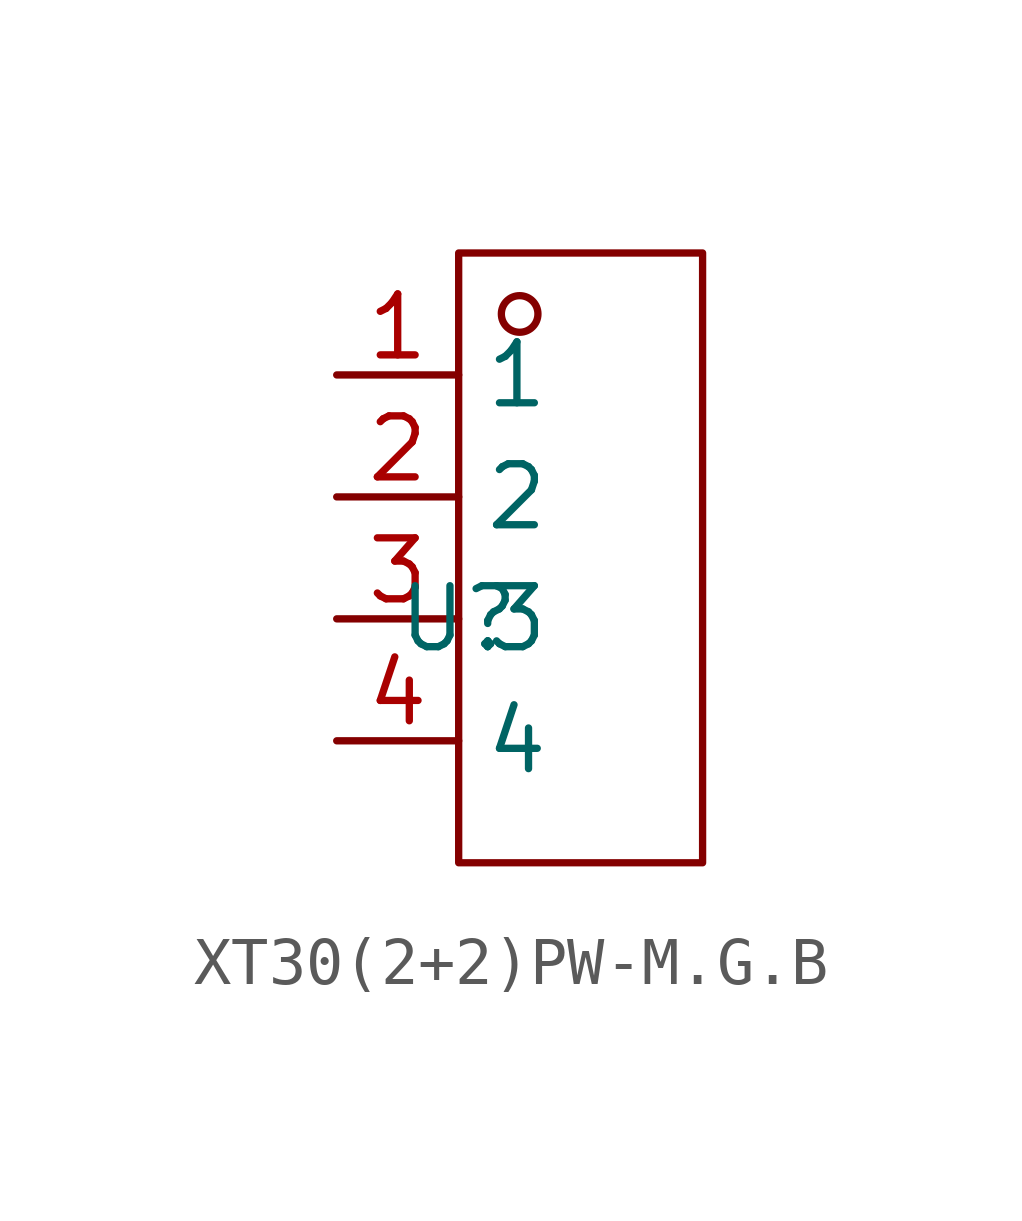
<source format=kicad_sym>
(kicad_symbol_lib
  (version 20231120)
  (generator "kicad_symbol_editor")
  (generator_version "8.0")
  (symbol "XT30(2+2)PW-M.G.B"
    (property "Reference" "U"
      (at 0 0 0)
      (effects (font (size 1.27 1.27))))
    (property "Value" ""
      (at 0 0 0)
      (effects (font (size 1.27 1.27))))
    (symbol "XT30(2+2)PW-M.G.B_1_0"
      (rectangle (start 0 -5.08) (end 5.08 7.62) (stroke (width 0) (type default)) (fill (type none)))
      (circle (center 1.27 6.35) (radius 0.381) (stroke (width 0) (type default)) (fill (type none)))
      (pin power_in line (at -2.54 5.08 0) (length 2.54) (name "1" (effects (font (size 1.27 1.27)))) (number "1" (effects (font (size 1.27 1.27)))))
      (pin power_in line (at -2.54 2.54 0) (length 2.54) (name "2" (effects (font (size 1.27 1.27)))) (number "2" (effects (font (size 1.27 1.27)))))
      (pin bidirectional line (at -2.54 0 0) (length 2.54) (name "3" (effects (font (size 1.27 1.27)))) (number "3" (effects (font (size 1.27 1.27)))))
      (pin bidirectional line (at -2.54 -2.54 0) (length 2.54) (name "4" (effects (font (size 1.27 1.27)))) (number "4" (effects (font (size 1.27 1.27))))))))
</source>
